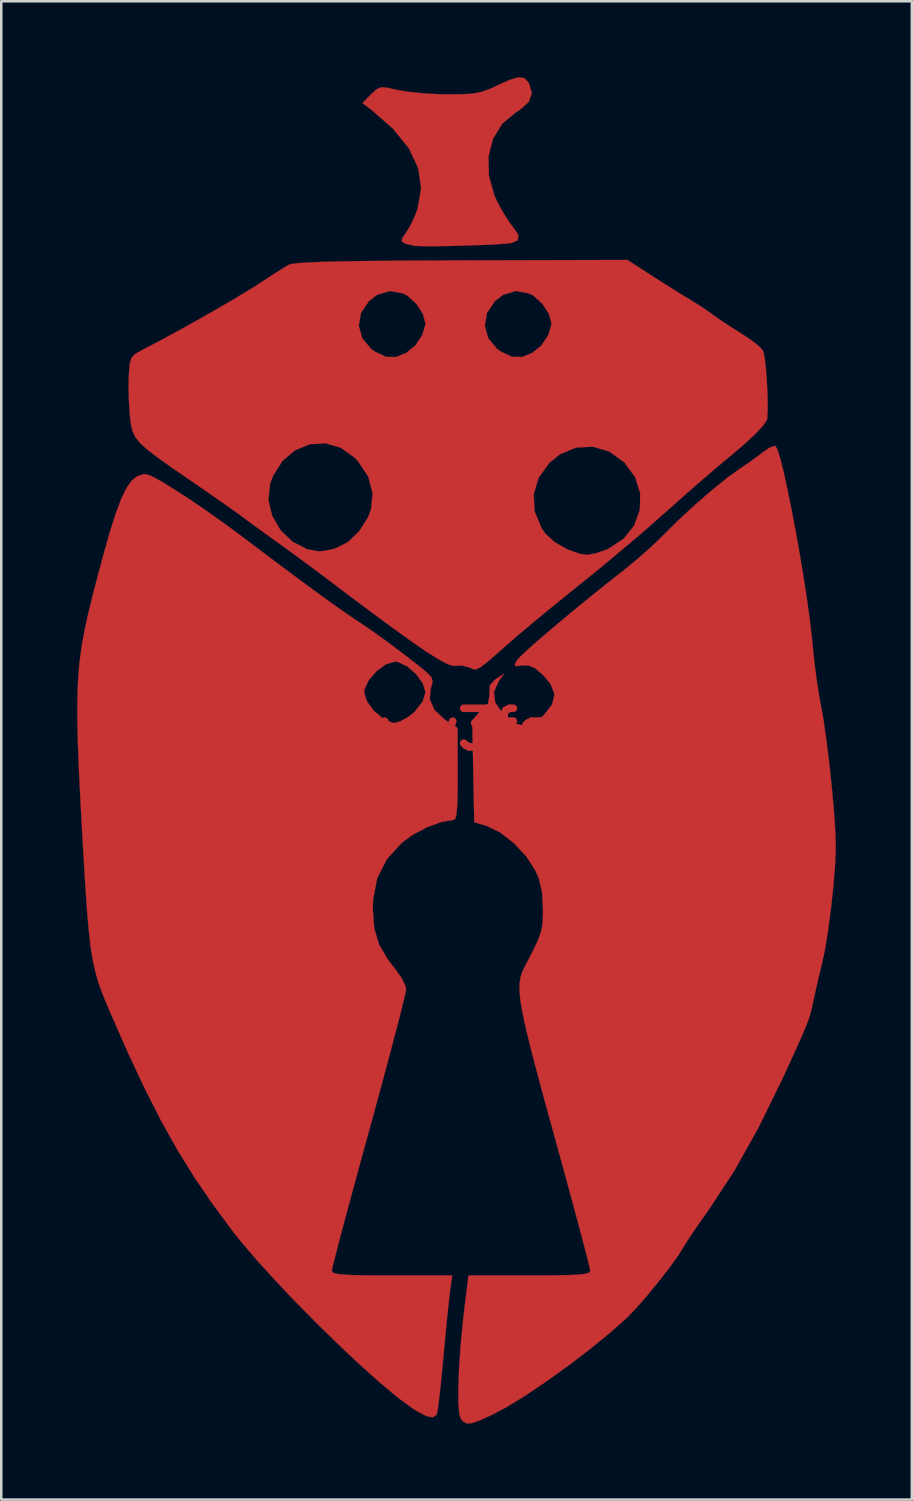
<source format=kicad_pcb>
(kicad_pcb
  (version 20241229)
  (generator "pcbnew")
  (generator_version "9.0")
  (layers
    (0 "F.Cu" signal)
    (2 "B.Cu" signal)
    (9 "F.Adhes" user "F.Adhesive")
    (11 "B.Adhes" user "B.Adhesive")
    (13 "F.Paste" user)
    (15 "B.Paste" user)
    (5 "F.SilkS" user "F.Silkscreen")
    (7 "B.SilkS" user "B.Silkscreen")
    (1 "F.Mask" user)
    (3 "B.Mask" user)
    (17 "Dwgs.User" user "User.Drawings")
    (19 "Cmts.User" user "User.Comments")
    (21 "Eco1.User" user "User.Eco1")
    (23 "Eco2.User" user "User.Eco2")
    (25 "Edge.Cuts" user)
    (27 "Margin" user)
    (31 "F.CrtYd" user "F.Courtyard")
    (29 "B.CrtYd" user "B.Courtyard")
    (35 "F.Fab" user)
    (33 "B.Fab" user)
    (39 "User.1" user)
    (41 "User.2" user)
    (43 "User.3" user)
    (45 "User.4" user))
  (footprint "bugv3fcu"
    (layer "F.Cu")
    (at 14.908 25.766)
    (property "Reference" "bugv3fcu" (at 0 0 0) (layer "F.Cu") (effects (font (size 1.524 1.524) (thickness 0.3))))
    (attr through_hole)
    (fp_poly (pts (xy 2.758 -25.728) (xy 2.914 -25.566) (xy 2.939 -25.521) (xy 3.051 -25.135) (xy 2.932 -24.793) (xy 2.572 -24.472) (xy 2.425 -24.382) (xy 1.881 -23.93) (xy 1.516 -23.331) (xy 1.338 -22.626) (xy 1.357 -21.859) (xy 1.58 -21.072) (xy 1.705 -20.805) (xy 1.942 -20.381) (xy 2.176 -20.016) (xy 2.311 -19.84) (xy 2.522 -19.534) (xy 2.498 -19.328) (xy 2.266 -19.22) (xy 2.004 -19.19) (xy 1.558 -19.16) (xy 0.988 -19.134) (xy 0.356 -19.112) (xy -0.278 -19.097) (xy -0.851 -19.09) (xy -1.303 -19.092) (xy -1.572 -19.106) (xy -1.595 -19.11) (xy -1.954 -19.194) (xy -2.093 -19.29) (xy -2.046 -19.444) (xy -1.932 -19.599) (xy -1.739 -19.916) (xy -1.542 -20.349) (xy -1.461 -20.569) (xy -1.321 -21.373) (xy -1.434 -22.168) (xy -1.803 -22.952) (xy -2.425 -23.727) (xy -3.271 -24.467) (xy -3.638 -24.746) (xy -3.3 -25.089) (xy -3.094 -25.282) (xy -2.916 -25.365) (xy -2.673 -25.353) (xy -2.279 -25.264) (xy -1.841 -25.188) (xy -1.248 -25.128) (xy -0.601 -25.093) (xy -0.319 -25.088) (xy 0.298 -25.092) (xy 0.74 -25.121) (xy 1.085 -25.19) (xy 1.415 -25.311) (xy 1.672 -25.432) (xy 2.185 -25.664) (xy 2.531 -25.761) (xy 2.758 -25.728)) (stroke (width 0.01) (type solid)) (fill yes) (layer "F.Cu"))
    (fp_poly (pts (xy -11.98 -10.011) (xy -11.603 -9.808) (xy -11.094 -9.497) (xy -10.486 -9.103) (xy -9.817 -8.648) (xy -9.121 -8.154) (xy -8.433 -7.646) (xy -8.365 -7.594) (xy -7.327 -6.81) (xy -6.37 -6.095) (xy -5.521 -5.469) (xy -4.804 -4.949) (xy -4.244 -4.556) (xy -3.964 -4.368) (xy -3.332 -3.944) (xy -2.658 -3.46) (xy -1.881 -2.873) (xy -1.45 -2.539) (xy -1.1 -2.256) (xy -0.917 -2.065) (xy -0.868 -1.902) (xy -0.915 -1.706) (xy -0.937 -1.647) (xy -0.984 -1.192) (xy -0.786 -0.757) (xy -0.352 -0.361) (xy -0.287 -0.319) (xy 0.118 -0.064) (xy 0.123 1.755) (xy 0.12 2.501) (xy 0.104 3.024) (xy 0.073 3.356) (xy 0.023 3.529) (xy -0.041 3.574) (xy -0.513 3.652) (xy -1.078 3.859) (xy -1.638 4.151) (xy -2.072 4.464) (xy -2.678 5.127) (xy -3.055 5.865) (xy -3.22 6.721) (xy -3.232 7.084) (xy -3.175 7.855) (xy -2.987 8.494) (xy -2.631 9.101) (xy -2.368 9.437) (xy -2.113 9.791) (xy -1.949 10.114) (xy -1.915 10.261) (xy -1.948 10.441) (xy -2.042 10.839) (xy -2.192 11.43) (xy -2.389 12.187) (xy -2.626 13.082) (xy -2.897 14.089) (xy -3.194 15.181) (xy -3.382 15.866) (xy -3.692 16.992) (xy -3.979 18.046) (xy -4.237 19.001) (xy -4.459 19.831) (xy -4.637 20.51) (xy -4.766 21.012) (xy -4.838 21.31) (xy -4.85 21.38) (xy -4.818 21.448) (xy -4.699 21.498) (xy -4.462 21.533) (xy -4.075 21.555) (xy -3.505 21.567) (xy -2.721 21.571) (xy -2.472 21.571) (xy -0.093 21.571) (xy -0.179 22.177) (xy -0.219 22.514) (xy -0.276 23.046) (xy -0.342 23.711) (xy -0.412 24.451) (xy -0.45 24.868) (xy -0.516 25.574) (xy -0.582 26.193) (xy -0.64 26.679) (xy -0.686 26.986) (xy -0.708 27.069) (xy -0.857 27.175) (xy -1.107 27.13) (xy -1.493 26.926) (xy -1.695 26.796) (xy -2.24 26.395) (xy -2.916 25.832) (xy -3.689 25.143) (xy -4.524 24.36) (xy -5.387 23.518) (xy -6.245 22.651) (xy -7.061 21.791) (xy -7.804 20.974) (xy -8.437 20.233) (xy -8.743 19.848) (xy -9.543 18.768) (xy -10.27 17.704) (xy -10.948 16.611) (xy -11.598 15.449) (xy -12.246 14.175) (xy -12.915 12.745) (xy -13.629 11.119) (xy -13.729 10.882) (xy -13.911 10.439) (xy -14.061 10.025) (xy -14.184 9.604) (xy -14.287 9.145) (xy -14.373 8.613) (xy -14.447 7.975) (xy -14.516 7.198) (xy -14.582 6.248) (xy -14.653 5.093) (xy -14.689 4.467) (xy -14.773 2.942) (xy -14.838 1.639) (xy -14.882 0.528) (xy -14.903 -0.423) (xy -14.9 -1.247) (xy -14.892 -1.468) (xy -3.574 -1.468) (xy -3.467 -1.114) (xy -3.198 -0.745) (xy -2.841 -0.438) (xy -2.473 -0.268) (xy -2.361 -0.255) (xy -1.987 -0.371) (xy -1.583 -0.689) (xy -1.257 -1.107) (xy -1.149 -1.468) (xy -1.255 -1.822) (xy -1.525 -2.191) (xy -1.882 -2.498) (xy -2.249 -2.668) (xy -2.361 -2.68) (xy -2.716 -2.574) (xy -3.084 -2.304) (xy -3.391 -1.948) (xy -3.561 -1.58) (xy -3.574 -1.468) (xy -14.892 -1.468) (xy -14.872 -1.974) (xy -14.818 -2.637) (xy -14.734 -3.267) (xy -14.621 -3.896) (xy -14.477 -4.555) (xy -14.3 -5.276) (xy -14.223 -5.577) (xy -13.905 -6.782) (xy -13.628 -7.76) (xy -13.385 -8.532) (xy -13.164 -9.121) (xy -12.955 -9.547) (xy -12.749 -9.834) (xy -12.536 -10.003) (xy -12.306 -10.076) (xy -12.188 -10.083) (xy -11.98 -10.011)) (stroke (width 0.01) (type solid)) (fill yes) (layer "F.Cu"))
    (fp_poly (pts (xy 12.673 -11.199) (xy 12.754 -11.057) (xy 12.866 -10.698) (xy 13.001 -10.158) (xy 13.152 -9.472) (xy 13.313 -8.676) (xy 13.478 -7.805) (xy 13.64 -6.895) (xy 13.791 -5.982) (xy 13.926 -5.101) (xy 14.038 -4.288) (xy 14.119 -3.578) (xy 14.138 -3.382) (xy 14.21 -2.68) (xy 14.305 -1.95) (xy 14.405 -1.303) (xy 14.459 -1.021) (xy 14.571 -0.39) (xy 14.686 0.411) (xy 14.798 1.314) (xy 14.898 2.25) (xy 14.98 3.151) (xy 15.035 3.949) (xy 15.058 4.575) (xy 15.059 4.659) (xy 15.033 5.332) (xy 14.968 6.149) (xy 14.874 7.03) (xy 14.76 7.896) (xy 14.636 8.666) (xy 14.511 9.263) (xy 14.509 9.271) (xy 14.372 9.831) (xy 14.237 10.426) (xy 14.177 10.705) (xy 14.12 10.975) (xy 14.062 11.212) (xy 13.985 11.456) (xy 13.874 11.747) (xy 13.713 12.125) (xy 13.486 12.632) (xy 13.178 13.306) (xy 12.958 13.785) (xy 12.007 15.728) (xy 11.051 17.433) (xy 10.08 18.917) (xy 10.04 18.973) (xy 9.691 19.467) (xy 9.385 19.912) (xy 9.162 20.251) (xy 9.074 20.398) (xy 8.844 20.766) (xy 8.489 21.26) (xy 8.058 21.816) (xy 7.602 22.372) (xy 7.17 22.867) (xy 6.811 23.238) (xy 6.81 23.239) (xy 6.141 23.834) (xy 5.356 24.474) (xy 4.506 25.124) (xy 3.642 25.746) (xy 2.815 26.303) (xy 2.077 26.758) (xy 1.527 27.052) (xy 1.029 27.28) (xy 0.703 27.4) (xy 0.494 27.419) (xy 0.347 27.347) (xy 0.252 27.246) (xy 0.185 27.025) (xy 0.151 26.589) (xy 0.15 25.974) (xy 0.179 25.22) (xy 0.238 24.362) (xy 0.325 23.439) (xy 0.397 22.815) (xy 0.551 21.571) (xy 2.956 21.571) (xy 3.807 21.568) (xy 4.435 21.559) (xy 4.872 21.541) (xy 5.15 21.51) (xy 5.301 21.466) (xy 5.358 21.404) (xy 5.361 21.378) (xy 5.328 21.217) (xy 5.233 20.837) (xy 5.084 20.265) (xy 4.888 19.527) (xy 4.652 18.65) (xy 4.383 17.66) (xy 4.088 16.586) (xy 3.94 16.049) (xy 3.565 14.686) (xy 3.256 13.545) (xy 3.01 12.601) (xy 2.822 11.832) (xy 2.688 11.214) (xy 2.604 10.723) (xy 2.566 10.336) (xy 2.569 10.028) (xy 2.609 9.777) (xy 2.683 9.558) (xy 2.763 9.391) (xy 3.07 8.8) (xy 3.276 8.371) (xy 3.402 8.041) (xy 3.466 7.747) (xy 3.49 7.425) (xy 3.493 7.084) (xy 3.457 6.431) (xy 3.335 5.908) (xy 3.198 5.582) (xy 2.842 5.025) (xy 2.352 4.499) (xy 1.803 4.071) (xy 1.27 3.812) (xy 1.264 3.81) (xy 0.778 3.665) (xy 0.702 -0.191) (xy 1.065 -0.624) (xy 1.319 -1.008) (xy 1.382 -1.352) (xy 1.374 -1.422) (xy 1.394 -1.743) (xy 1.608 -1.974) (xy 1.635 -1.992) (xy 1.949 -2.198) (xy 1.74 -1.9) (xy 1.552 -1.476) (xy 1.604 -1.06) (xy 1.902 -0.627) (xy 1.966 -0.562) (xy 2.398 -0.226) (xy 2.8 -0.137) (xy 3.206 -0.295) (xy 3.523 -0.562) (xy 3.857 -0.99) (xy 3.948 -1.388) (xy 3.795 -1.793) (xy 3.509 -2.133) (xy 3.187 -2.415) (xy 2.923 -2.529) (xy 2.678 -2.525) (xy 2.421 -2.501) (xy 2.372 -2.565) (xy 2.469 -2.734) (xy 2.628 -2.907) (xy 2.956 -3.211) (xy 3.421 -3.619) (xy 3.993 -4.107) (xy 4.639 -4.646) (xy 5.329 -5.211) (xy 6.03 -5.775) (xy 6.701 -6.302) (xy 7.218 -6.726) (xy 7.755 -7.201) (xy 8.206 -7.632) (xy 8.251 -7.678) (xy 8.844 -8.267) (xy 9.505 -8.877) (xy 10.171 -9.455) (xy 10.782 -9.948) (xy 11.232 -10.272) (xy 11.645 -10.555) (xy 12.033 -10.837) (xy 12.174 -10.947) (xy 12.447 -11.13) (xy 12.65 -11.202) (xy 12.673 -11.199)) (stroke (width 0.01) (type solid)) (fill yes) (layer "F.Cu"))
    (fp_poly (pts (xy 7.796 -17.921) (xy 8.31 -17.592) (xy 8.817 -17.275) (xy 9.224 -17.025) (xy 9.306 -16.976) (xy 9.713 -16.723) (xy 10.086 -16.469) (xy 10.19 -16.392) (xy 10.474 -16.189) (xy 10.887 -15.917) (xy 11.319 -15.645) (xy 11.721 -15.379) (xy 12.031 -15.134) (xy 12.187 -14.96) (xy 12.19 -14.953) (xy 12.247 -14.688) (xy 12.298 -14.248) (xy 12.338 -13.711) (xy 12.364 -13.157) (xy 12.37 -12.665) (xy 12.353 -12.314) (xy 12.34 -12.235) (xy 12.207 -12.024) (xy 11.904 -11.695) (xy 11.463 -11.284) (xy 11.024 -10.91) (xy 10.424 -10.409) (xy 9.778 -9.857) (xy 9.176 -9.332) (xy 8.818 -9.012) (xy 7.399 -7.759) (xy 5.784 -6.404) (xy 4.349 -5.245) (xy 3.734 -4.748) (xy 3.084 -4.211) (xy 2.48 -3.701) (xy 2.042 -3.32) (xy 1.554 -2.888) (xy 1.218 -2.603) (xy 0.994 -2.439) (xy 0.842 -2.374) (xy 0.724 -2.383) (xy 0.6 -2.444) (xy 0.592 -2.448) (xy 0.291 -2.525) (xy 0.026 -2.514) (xy -0.124 -2.528) (xy -0.354 -2.619) (xy -0.681 -2.799) (xy -1.119 -3.077) (xy -1.685 -3.466) (xy -2.393 -3.974) (xy -3.26 -4.613) (xy -4.302 -5.393) (xy -5.088 -5.988) (xy -5.647 -6.406) (xy -6.296 -6.884) (xy -6.917 -7.335) (xy -7.067 -7.443) (xy -7.549 -7.79) (xy -7.986 -8.107) (xy -8.315 -8.349) (xy -8.424 -8.432) (xy -8.639 -8.589) (xy -9.019 -8.858) (xy -9.317 -9.066) (xy -7.357 -9.066) (xy -7.208 -8.439) (xy -6.879 -7.873) (xy -6.406 -7.416) (xy -5.824 -7.119) (xy -5.361 -7.032) (xy -5.116 -7.058) (xy -4.763 -7.135) (xy -4.701 -7.152) (xy -4.209 -7.403) (xy -3.759 -7.839) (xy -3.415 -8.388) (xy -3.304 -8.677) (xy -3.24 -9.289) (xy 3.124 -9.289) (xy 3.163 -8.607) (xy 3.44 -7.945) (xy 3.596 -7.723) (xy 3.956 -7.398) (xy 4.446 -7.116) (xy 4.952 -6.935) (xy 5.233 -6.898) (xy 5.55 -6.951) (xy 5.951 -7.083) (xy 6.073 -7.135) (xy 6.68 -7.533) (xy 7.099 -8.063) (xy 7.32 -8.676) (xy 7.335 -9.326) (xy 7.135 -9.965) (xy 6.714 -10.543) (xy 6.122 -10.973) (xy 5.469 -11.171) (xy 4.801 -11.136) (xy 4.161 -10.87) (xy 3.753 -10.543) (xy 3.321 -9.949) (xy 3.124 -9.289) (xy -3.24 -9.289) (xy -3.236 -9.333) (xy -3.409 -9.986) (xy -3.814 -10.599) (xy -3.939 -10.731) (xy -4.496 -11.13) (xy -5.103 -11.304) (xy -5.717 -11.267) (xy -6.296 -11.032) (xy -6.795 -10.613) (xy -7.171 -10.022) (xy -7.29 -9.703) (xy -7.357 -9.066) (xy -9.317 -9.066) (xy -9.52 -9.207) (xy -10.095 -9.605) (xy -10.406 -9.818) (xy -11.161 -10.338) (xy -11.732 -10.743) (xy -12.147 -11.061) (xy -12.432 -11.322) (xy -12.615 -11.555) (xy -12.723 -11.788) (xy -12.783 -12.051) (xy -12.823 -12.372) (xy -12.825 -12.396) (xy -12.866 -12.992) (xy -12.878 -13.633) (xy -12.869 -13.976) (xy -12.838 -14.406) (xy -12.773 -14.661) (xy -12.631 -14.824) (xy -12.368 -14.975) (xy -12.317 -15.001) (xy -11.683 -15.332) (xy -10.941 -15.734) (xy -10.571 -15.94) (xy -3.785 -15.94) (xy -3.647 -15.448) (xy -3.294 -15.028) (xy -3.137 -14.919) (xy -2.702 -14.717) (xy -2.31 -14.713) (xy -1.91 -14.872) (xy -1.553 -15.163) (xy -1.276 -15.575) (xy -1.168 -15.94) (xy 1.193 -15.94) (xy 1.331 -15.448) (xy 1.684 -15.028) (xy 1.841 -14.919) (xy 2.276 -14.717) (xy 2.668 -14.713) (xy 3.067 -14.872) (xy 3.425 -15.163) (xy 3.702 -15.575) (xy 3.827 -15.999) (xy 3.829 -16.044) (xy 3.726 -16.422) (xy 3.467 -16.816) (xy 3.123 -17.131) (xy 2.953 -17.224) (xy 2.419 -17.321) (xy 1.913 -17.168) (xy 1.59 -16.918) (xy 1.277 -16.449) (xy 1.193 -15.94) (xy -1.168 -15.94) (xy -1.151 -15.999) (xy -1.149 -16.044) (xy -1.252 -16.422) (xy -1.511 -16.816) (xy -1.855 -17.131) (xy -2.025 -17.224) (xy -2.559 -17.321) (xy -3.065 -17.168) (xy -3.388 -16.918) (xy -3.701 -16.449) (xy -3.785 -15.94) (xy -10.571 -15.94) (xy -10.149 -16.175) (xy -9.366 -16.621) (xy -8.649 -17.039) (xy -8.057 -17.397) (xy -7.732 -17.603) (xy -7.282 -17.898) (xy -6.881 -18.155) (xy -6.603 -18.326) (xy -6.564 -18.349) (xy -6.435 -18.387) (xy -6.183 -18.42) (xy -5.791 -18.447) (xy -5.242 -18.47) (xy -4.52 -18.489) (xy -3.608 -18.503) (xy -2.49 -18.514) (xy -1.147 -18.523) (xy 0.275 -18.528) (xy 6.829 -18.547) (xy 7.796 -17.921)) (stroke (width 0.01) (type solid)) (fill yes) (layer "F.Cu")))
  (gr_rect
    (start -3 -3)
    (end 32.972 56.191)
    (stroke (width 0.1) (type default))
    (fill no)
    (layer "Edge.Cuts")))
</source>
